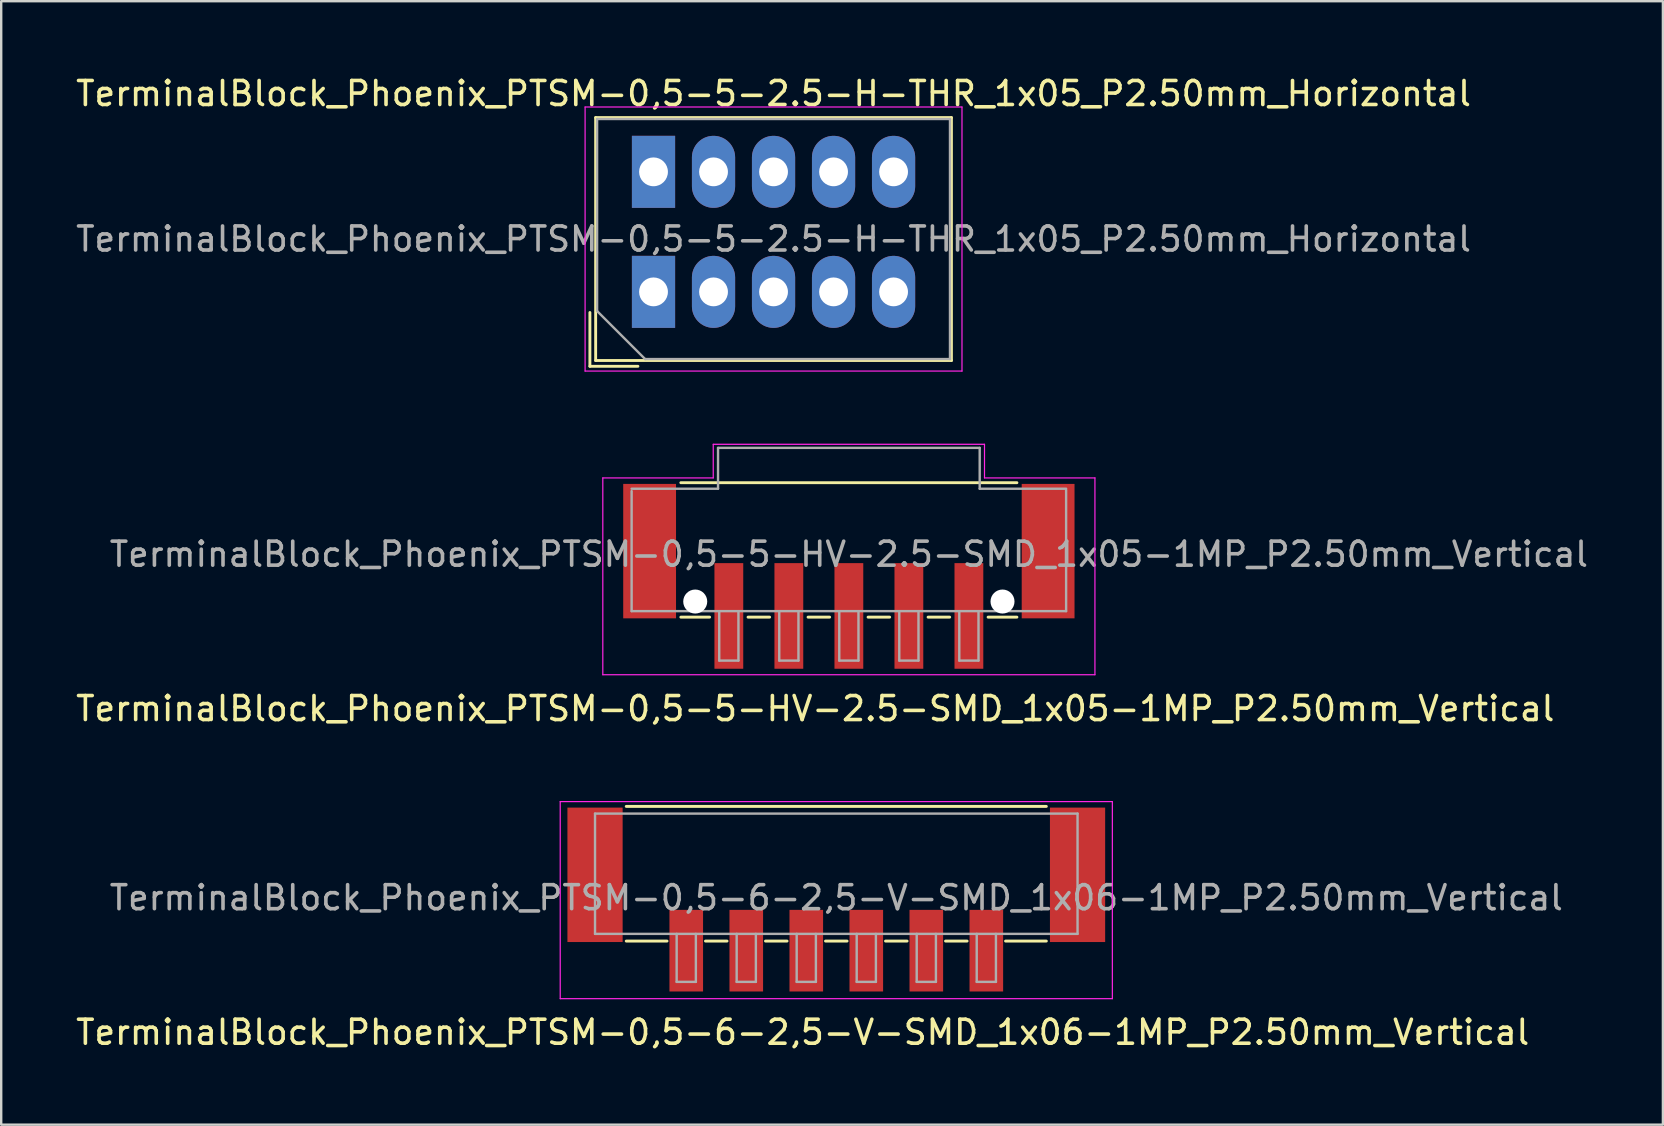
<source format=kicad_pcb>
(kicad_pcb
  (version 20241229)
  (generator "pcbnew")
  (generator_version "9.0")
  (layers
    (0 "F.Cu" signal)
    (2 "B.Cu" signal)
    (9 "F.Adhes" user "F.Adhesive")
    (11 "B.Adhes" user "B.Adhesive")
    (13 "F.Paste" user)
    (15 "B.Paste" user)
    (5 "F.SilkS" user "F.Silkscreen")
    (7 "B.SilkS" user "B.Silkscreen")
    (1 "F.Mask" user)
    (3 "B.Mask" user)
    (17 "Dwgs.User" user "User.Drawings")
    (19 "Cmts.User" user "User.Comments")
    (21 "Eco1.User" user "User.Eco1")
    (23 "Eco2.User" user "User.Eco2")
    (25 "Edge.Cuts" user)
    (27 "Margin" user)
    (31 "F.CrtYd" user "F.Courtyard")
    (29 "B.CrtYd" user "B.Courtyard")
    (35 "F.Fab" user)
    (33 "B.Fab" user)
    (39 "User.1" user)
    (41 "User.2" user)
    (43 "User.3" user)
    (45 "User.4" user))
  (footprint "TerminalBlock_Phoenix_PTSM-0,5-5-HV-2.5-SMD_1x05-1MP_P2.50mm_Vertical"
    (layer "F.Cu")
    (at 32.311 20.958)
    (property "Reference" "TerminalBlock_Phoenix_PTSM-0,5-5-HV-2.5-SMD_1x05-1MP_P2.50mm_Vertical" (at -1.4 5.51 0) (layer "F.SilkS") (effects (font (size 1 1) (thickness 0.15))))
    (attr smd)
    (fp_line (start -7 -3.9) (end 7 -3.9) (stroke (width 0.12) (type solid)) (layer "F.SilkS"))
    (fp_line (start -5.8 1.7) (end -7 1.7) (stroke (width 0.12) (type solid)) (layer "F.SilkS"))
    (fp_line (start -3.3 1.7) (end -4.2 1.7) (stroke (width 0.12) (type solid)) (layer "F.SilkS"))
    (fp_line (start -0.8 1.7) (end -1.7 1.7) (stroke (width 0.12) (type solid)) (layer "F.SilkS"))
    (fp_line (start 1.7 1.7) (end 0.8 1.7) (stroke (width 0.12) (type solid)) (layer "F.SilkS"))
    (fp_line (start 4.2 1.7) (end 3.3 1.7) (stroke (width 0.12) (type solid)) (layer "F.SilkS"))
    (fp_line (start 7 1.7) (end 5.8 1.7) (stroke (width 0.12) (type solid)) (layer "F.SilkS"))
    (fp_line (start -10.25 -4.1) (end -5.65 -4.1) (stroke (width 0.05) (type solid)) (layer "F.CrtYd"))
    (fp_line (start -10.25 4.1) (end -10.25 -4.1) (stroke (width 0.05) (type solid)) (layer "F.CrtYd"))
    (fp_line (start -5.65 -5.5) (end 5.65 -5.5) (stroke (width 0.05) (type solid)) (layer "F.CrtYd"))
    (fp_line (start -5.65 -4.1) (end -5.65 -5.5) (stroke (width 0.05) (type solid)) (layer "F.CrtYd"))
    (fp_line (start 5.65 -4.1) (end 5.65 -5.5) (stroke (width 0.05) (type solid)) (layer "F.CrtYd"))
    (fp_line (start 10.25 -4.1) (end 5.65 -4.1) (stroke (width 0.05) (type solid)) (layer "F.CrtYd"))
    (fp_line (start 10.25 -4.1) (end 10.25 4.1) (stroke (width 0.05) (type solid)) (layer "F.CrtYd"))
    (fp_line (start 10.25 4.1) (end -10.25 4.1) (stroke (width 0.05) (type solid)) (layer "F.CrtYd"))
    (fp_line (start -9.05 -3.65) (end -5.45 -3.65) (stroke (width 0.1) (type solid)) (layer "F.Fab"))
    (fp_line (start -9.05 1.45) (end -9.05 -3.55) (stroke (width 0.1) (type solid)) (layer "F.Fab"))
    (fp_line (start -5.45 -5.35) (end 5.45 -5.35) (stroke (width 0.1) (type solid)) (layer "F.Fab"))
    (fp_line (start -5.45 -3.65) (end -5.45 -5.35) (stroke (width 0.1) (type solid)) (layer "F.Fab"))
    (fp_line (start -5.4 1.45) (end -5.4 3.51) (stroke (width 0.1) (type solid)) (layer "F.Fab"))
    (fp_line (start -5.4 3.51) (end -4.6 3.51) (stroke (width 0.1) (type solid)) (layer "F.Fab"))
    (fp_line (start -4.6 1.45) (end -4.6 3.51) (stroke (width 0.1) (type solid)) (layer "F.Fab"))
    (fp_line (start -2.9 1.45) (end -2.9 3.51) (stroke (width 0.1) (type solid)) (layer "F.Fab"))
    (fp_line (start -2.9 3.51) (end -2.1 3.51) (stroke (width 0.1) (type solid)) (layer "F.Fab"))
    (fp_line (start -2.1 1.45) (end -2.1 3.51) (stroke (width 0.1) (type solid)) (layer "F.Fab"))
    (fp_line (start -0.4 1.45) (end -0.4 3.51) (stroke (width 0.1) (type solid)) (layer "F.Fab"))
    (fp_line (start -0.4 3.51) (end 0.4 3.51) (stroke (width 0.1) (type solid)) (layer "F.Fab"))
    (fp_line (start 0.4 1.45) (end 0.4 3.51) (stroke (width 0.1) (type solid)) (layer "F.Fab"))
    (fp_line (start 2.1 1.45) (end 2.1 3.51) (stroke (width 0.1) (type solid)) (layer "F.Fab"))
    (fp_line (start 2.1 3.51) (end 2.9 3.51) (stroke (width 0.1) (type solid)) (layer "F.Fab"))
    (fp_line (start 2.9 1.45) (end 2.9 3.51) (stroke (width 0.1) (type solid)) (layer "F.Fab"))
    (fp_line (start 4.6 1.45) (end 4.6 3.51) (stroke (width 0.1) (type solid)) (layer "F.Fab"))
    (fp_line (start 4.6 3.51) (end 5.4 3.51) (stroke (width 0.1) (type solid)) (layer "F.Fab"))
    (fp_line (start 5.4 1.45) (end 5.4 3.51) (stroke (width 0.1) (type solid)) (layer "F.Fab"))
    (fp_line (start 5.45 -5.35) (end 5.45 -3.65) (stroke (width 0.1) (type solid)) (layer "F.Fab"))
    (fp_line (start 5.45 -3.65) (end 9.05 -3.65) (stroke (width 0.1) (type solid)) (layer "F.Fab"))
    (fp_line (start 9.05 1.45) (end -9.05 1.45) (stroke (width 0.1) (type solid)) (layer "F.Fab"))
    (fp_line (start 9.05 1.45) (end 9.05 -3.6) (stroke (width 0.1) (type solid)) (layer "F.Fab"))
    (fp_text user "${REFERENCE}" (at 0 -0.92 0) (layer "F.Fab") (effects (font (size 1 1) (thickness 0.15))))
    (pad "" np_thru_hole circle (at -6.4 1.05) (size 1 1) (drill 1) (layers "*.Cu" "*.Mask"))
    (pad "" np_thru_hole circle (at 6.4 1.05) (size 1 1) (drill 1) (layers "*.Cu" "*.Mask"))
    (pad "1" smd rect (at -5 1.65 180) (size 1.2 4.4) (layers "F.Cu" "F.Mask" "F.Paste"))
    (pad "2" smd rect (at -2.5 1.65 180) (size 1.2 4.4) (layers "F.Cu" "F.Mask" "F.Paste"))
    (pad "3" smd rect (at 0 1.65 180) (size 1.2 4.4) (layers "F.Cu" "F.Mask" "F.Paste"))
    (pad "4" smd rect (at 2.5 1.65 180) (size 1.2 4.4) (layers "F.Cu" "F.Mask" "F.Paste"))
    (pad "5" smd rect (at 5 1.65 180) (size 1.2 4.4) (layers "F.Cu" "F.Mask" "F.Paste"))
    (pad "MP" smd rect (at -8.3 -1.05 180) (size 2.2 5.6) (layers "F.Cu" "F.Mask" "F.Paste"))
    (pad "MP" smd rect (at 8.3 -1.05 180) (size 2.2 5.6) (layers "F.Cu" "F.Mask" "F.Paste")))
  (footprint "TerminalBlock_Phoenix_PTSM-0,5-5-2.5-H-THR_1x05_P2.50mm_Horizontal"
    (layer "F.Cu")
    (at 24.173 9.108)
    (property "Reference" "TerminalBlock_Phoenix_PTSM-0,5-5-2.5-H-THR_1x05_P2.50mm_Horizontal" (at 5 -8.26 0) (layer "F.SilkS") (effects (font (size 1 1) (thickness 0.15))))
    (attr through_hole)
    (fp_line (start -2.65 0.86) (end -2.65 3.1) (stroke (width 0.12) (type solid)) (layer "F.SilkS"))
    (fp_line (start -2.65 3.1) (end -0.65 3.1) (stroke (width 0.12) (type solid)) (layer "F.SilkS"))
    (fp_line (start -2.41 -7.26) (end -2.41 2.86) (stroke (width 0.12) (type solid)) (layer "F.SilkS"))
    (fp_line (start -2.41 -7.26) (end 12.41 -7.26) (stroke (width 0.12) (type solid)) (layer "F.SilkS"))
    (fp_line (start -2.41 2.86) (end 12.41 2.86) (stroke (width 0.12) (type solid)) (layer "F.SilkS"))
    (fp_line (start 12.41 -7.26) (end 12.41 2.86) (stroke (width 0.12) (type solid)) (layer "F.SilkS"))
    (fp_line (start -2.85 -7.7) (end -2.85 3.3) (stroke (width 0.05) (type solid)) (layer "F.CrtYd"))
    (fp_line (start -2.85 3.3) (end 12.85 3.3) (stroke (width 0.05) (type solid)) (layer "F.CrtYd"))
    (fp_line (start 12.85 -7.7) (end -2.85 -7.7) (stroke (width 0.05) (type solid)) (layer "F.CrtYd"))
    (fp_line (start 12.85 3.3) (end 12.85 -7.7) (stroke (width 0.05) (type solid)) (layer "F.CrtYd"))
    (fp_line (start -2.35 -7.2) (end 12.35 -7.2) (stroke (width 0.1) (type solid)) (layer "F.Fab"))
    (fp_line (start -2.35 0.8) (end -2.35 -7.2) (stroke (width 0.1) (type solid)) (layer "F.Fab"))
    (fp_line (start -0.35 2.8) (end -2.35 0.8) (stroke (width 0.1) (type solid)) (layer "F.Fab"))
    (fp_line (start 12.35 -7.2) (end 12.35 2.8) (stroke (width 0.1) (type solid)) (layer "F.Fab"))
    (fp_line (start 12.35 2.8) (end -0.35 2.8) (stroke (width 0.1) (type solid)) (layer "F.Fab"))
    (fp_text user "${REFERENCE}" (at 5 -2.2 0) (layer "F.Fab") (effects (font (size 1 1) (thickness 0.15))))
    (pad "1" thru_hole rect (at 0 -5) (size 1.8 3) (drill 1.2) (layers "*.Cu" "*.Mask"))
    (pad "1" thru_hole rect (at 0 0) (size 1.8 3) (drill 1.2) (layers "*.Cu" "*.Mask"))
    (pad "2" thru_hole oval (at 2.5 -5) (size 1.8 3) (drill 1.2) (layers "*.Cu" "*.Mask"))
    (pad "2" thru_hole oval (at 2.5 0) (size 1.8 3) (drill 1.2) (layers "*.Cu" "*.Mask"))
    (pad "3" thru_hole oval (at 5 -5) (size 1.8 3) (drill 1.2) (layers "*.Cu" "*.Mask"))
    (pad "3" thru_hole oval (at 5 0) (size 1.8 3) (drill 1.2) (layers "*.Cu" "*.Mask"))
    (pad "4" thru_hole oval (at 7.5 -5) (size 1.8 3) (drill 1.2) (layers "*.Cu" "*.Mask"))
    (pad "4" thru_hole oval (at 7.5 0) (size 1.8 3) (drill 1.2) (layers "*.Cu" "*.Mask"))
    (pad "5" thru_hole oval (at 10 -5) (size 1.8 3) (drill 1.2) (layers "*.Cu" "*.Mask"))
    (pad "5" thru_hole oval (at 10 0) (size 1.8 3) (drill 1.2) (layers "*.Cu" "*.Mask")))
  (footprint "TerminalBlock_Phoenix_PTSM-0,5-6-2,5-V-SMD_1x06-1MP_P2.50mm_Vertical"
    (layer "F.Cu")
    (at 31.787 34.422)
    (property "Reference" "TerminalBlock_Phoenix_PTSM-0,5-6-2,5-V-SMD_1x06-1MP_P2.50mm_Vertical" (at -1.4 5.53 0) (layer "F.SilkS") (effects (font (size 1 1) (thickness 0.15))))
    (attr smd)
    (fp_line (start -8.75 -3.88) (end 8.75 -3.88) (stroke (width 0.12) (type solid)) (layer "F.SilkS"))
    (fp_line (start -7.05 1.73) (end -8.75 1.73) (stroke (width 0.12) (type solid)) (layer "F.SilkS"))
    (fp_line (start -4.55 1.73) (end -5.45 1.73) (stroke (width 0.12) (type solid)) (layer "F.SilkS"))
    (fp_line (start -2.05 1.73) (end -2.95 1.73) (stroke (width 0.12) (type solid)) (layer "F.SilkS"))
    (fp_line (start 0.45 1.73) (end -0.45 1.73) (stroke (width 0.12) (type solid)) (layer "F.SilkS"))
    (fp_line (start 2.95 1.73) (end 2.05 1.73) (stroke (width 0.12) (type solid)) (layer "F.SilkS"))
    (fp_line (start 5.45 1.73) (end 4.55 1.73) (stroke (width 0.12) (type solid)) (layer "F.SilkS"))
    (fp_line (start 8.75 1.73) (end 7.05 1.73) (stroke (width 0.12) (type solid)) (layer "F.SilkS"))
    (fp_line (start -11.5 -4.08) (end 11.5 -4.08) (stroke (width 0.05) (type solid)) (layer "F.CrtYd"))
    (fp_line (start -11.5 4.13) (end -11.5 -4.08) (stroke (width 0.05) (type solid)) (layer "F.CrtYd"))
    (fp_line (start 11.5 -4.08) (end 11.5 4.13) (stroke (width 0.05) (type solid)) (layer "F.CrtYd"))
    (fp_line (start 11.5 4.13) (end -11.5 4.13) (stroke (width 0.05) (type solid)) (layer "F.CrtYd"))
    (fp_line (start -10.05 -3.58) (end 10.05 -3.58) (stroke (width 0.1) (type solid)) (layer "F.Fab"))
    (fp_line (start -10.05 1.43) (end -10.05 -3.58) (stroke (width 0.1) (type solid)) (layer "F.Fab"))
    (fp_line (start -6.65 1.43) (end -6.65 3.43) (stroke (width 0.1) (type solid)) (layer "F.Fab"))
    (fp_line (start -6.65 3.43) (end -5.85 3.43) (stroke (width 0.1) (type solid)) (layer "F.Fab"))
    (fp_line (start -5.85 1.43) (end -5.85 3.43) (stroke (width 0.1) (type solid)) (layer "F.Fab"))
    (fp_line (start -4.15 1.43) (end -4.15 3.43) (stroke (width 0.1) (type solid)) (layer "F.Fab"))
    (fp_line (start -4.15 3.43) (end -3.35 3.43) (stroke (width 0.1) (type solid)) (layer "F.Fab"))
    (fp_line (start -3.35 1.43) (end -3.35 3.43) (stroke (width 0.1) (type solid)) (layer "F.Fab"))
    (fp_line (start -1.65 1.43) (end -1.65 3.43) (stroke (width 0.1) (type solid)) (layer "F.Fab"))
    (fp_line (start -1.65 3.43) (end -0.85 3.43) (stroke (width 0.1) (type solid)) (layer "F.Fab"))
    (fp_line (start -0.85 1.43) (end -0.85 3.43) (stroke (width 0.1) (type solid)) (layer "F.Fab"))
    (fp_line (start 0.85 1.43) (end 0.85 3.43) (stroke (width 0.1) (type solid)) (layer "F.Fab"))
    (fp_line (start 0.85 3.43) (end 1.65 3.43) (stroke (width 0.1) (type solid)) (layer "F.Fab"))
    (fp_line (start 1.65 1.43) (end 1.65 3.43) (stroke (width 0.1) (type solid)) (layer "F.Fab"))
    (fp_line (start 3.35 1.43) (end 3.35 3.43) (stroke (width 0.1) (type solid)) (layer "F.Fab"))
    (fp_line (start 3.35 3.43) (end 4.15 3.43) (stroke (width 0.1) (type solid)) (layer "F.Fab"))
    (fp_line (start 4.15 1.43) (end 4.15 3.43) (stroke (width 0.1) (type solid)) (layer "F.Fab"))
    (fp_line (start 5.85 1.43) (end 5.85 3.43) (stroke (width 0.1) (type solid)) (layer "F.Fab"))
    (fp_line (start 5.85 3.43) (end 6.65 3.43) (stroke (width 0.1) (type solid)) (layer "F.Fab"))
    (fp_line (start 6.65 1.43) (end 6.65 3.43) (stroke (width 0.1) (type solid)) (layer "F.Fab"))
    (fp_line (start 10.05 1.43) (end -10.05 1.43) (stroke (width 0.1) (type solid)) (layer "F.Fab"))
    (fp_line (start 10.05 1.43) (end 10.05 -3.58) (stroke (width 0.1) (type solid)) (layer "F.Fab"))
    (fp_text user "${REFERENCE}" (at 0 -0.075 0) (layer "F.Fab") (effects (font (size 1 1) (thickness 0.15))))
    (pad "1" smd rect (at -6.25 2.13 180) (size 1.4 3.4) (layers "F.Cu" "F.Mask" "F.Paste"))
    (pad "2" smd rect (at -3.75 2.13 180) (size 1.4 3.4) (layers "F.Cu" "F.Mask" "F.Paste"))
    (pad "3" smd rect (at -1.25 2.13 180) (size 1.4 3.4) (layers "F.Cu" "F.Mask" "F.Paste"))
    (pad "4" smd rect (at 1.25 2.13 180) (size 1.4 3.4) (layers "F.Cu" "F.Mask" "F.Paste"))
    (pad "5" smd rect (at 3.75 2.13 180) (size 1.4 3.4) (layers "F.Cu" "F.Mask" "F.Paste"))
    (pad "6" smd rect (at 6.25 2.13 180) (size 1.4 3.4) (layers "F.Cu" "F.Mask" "F.Paste"))
    (pad "MP" smd rect (at -10.05 -1.03 180) (size 2.3 5.6) (layers "F.Cu" "F.Mask" "F.Paste"))
    (pad "MP" smd rect (at 10.05 -1.03 180) (size 2.3 5.6) (layers "F.Cu" "F.Mask" "F.Paste")))
  (gr_rect
    (start -3 -3)
    (end 66.221 43.8)
    (stroke (width 0.1) (type default))
    (fill no)
    (layer "Edge.Cuts")))
</source>
